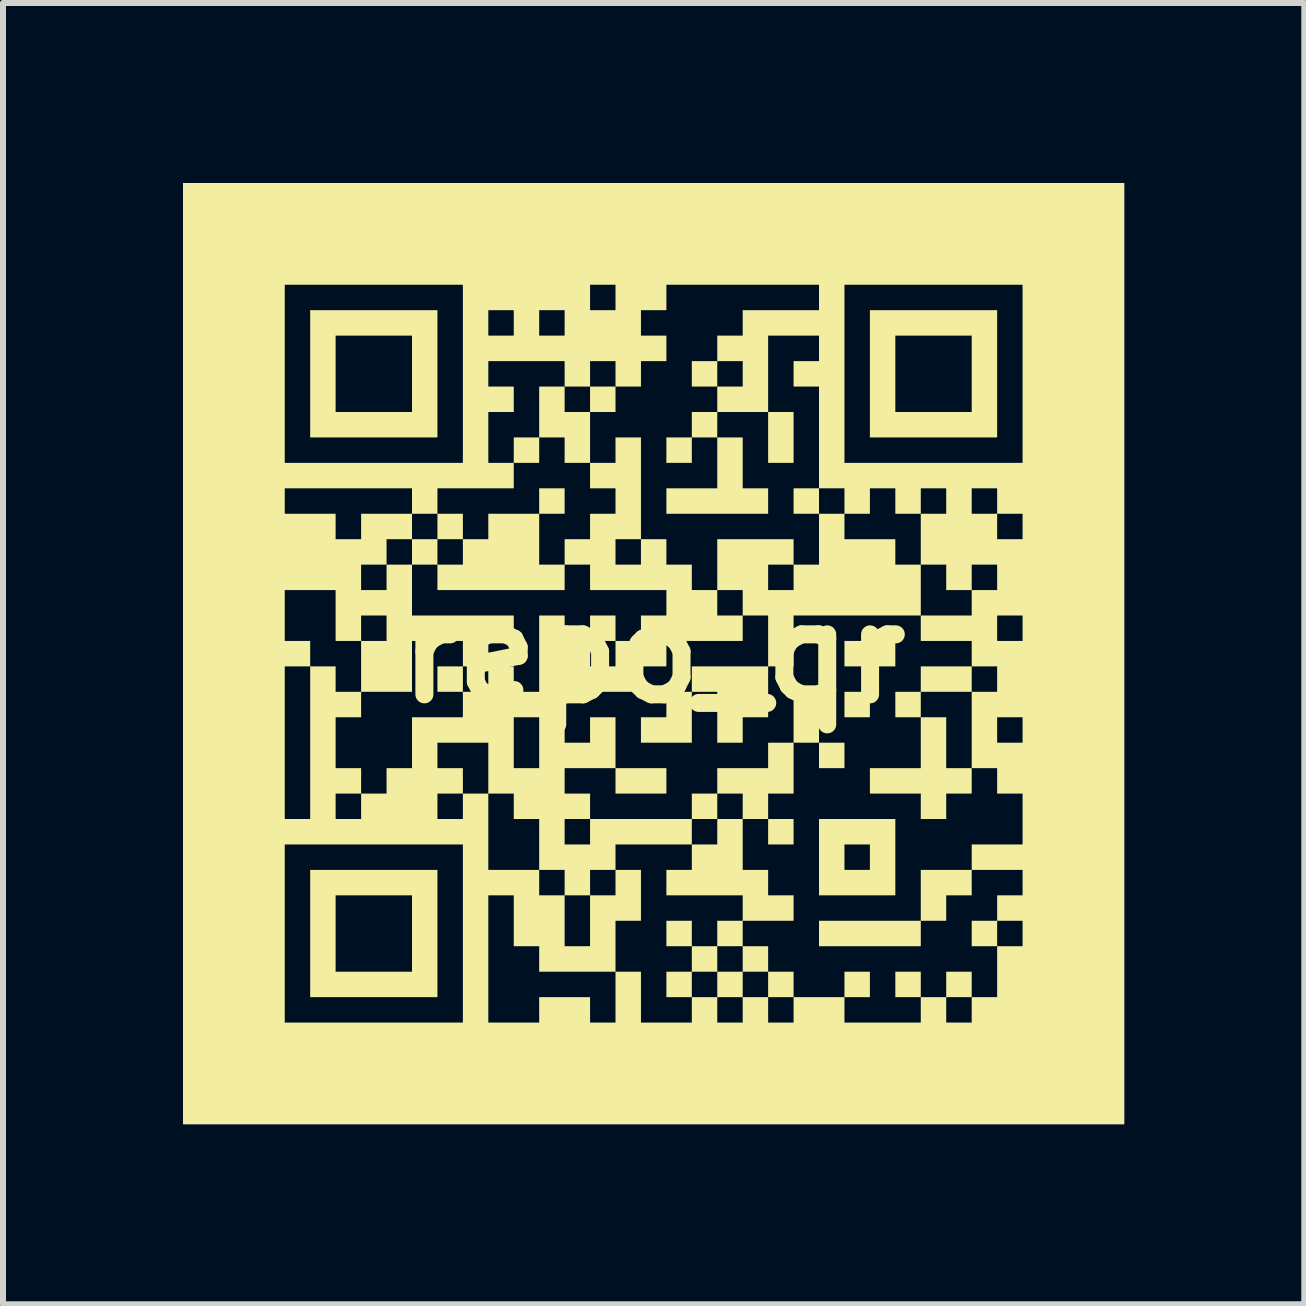
<source format=kicad_pcb>
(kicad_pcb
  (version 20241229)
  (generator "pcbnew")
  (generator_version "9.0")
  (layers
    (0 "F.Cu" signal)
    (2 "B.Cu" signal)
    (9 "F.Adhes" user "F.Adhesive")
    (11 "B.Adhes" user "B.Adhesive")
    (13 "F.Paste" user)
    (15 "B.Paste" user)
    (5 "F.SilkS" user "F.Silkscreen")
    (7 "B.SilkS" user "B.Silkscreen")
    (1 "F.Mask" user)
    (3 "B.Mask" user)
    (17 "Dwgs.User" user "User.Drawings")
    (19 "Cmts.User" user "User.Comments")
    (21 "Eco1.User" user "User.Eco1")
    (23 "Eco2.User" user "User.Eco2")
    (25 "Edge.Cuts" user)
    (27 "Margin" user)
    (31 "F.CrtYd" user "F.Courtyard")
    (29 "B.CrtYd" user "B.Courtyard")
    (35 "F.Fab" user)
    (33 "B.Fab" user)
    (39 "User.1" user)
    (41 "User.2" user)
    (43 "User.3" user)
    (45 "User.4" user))
  (footprint "repo_qr"
    (layer "F.Cu")
    (at 7.845 7.845)
    (property "Reference" "repo_qr" (at 0 0 0) (layer "F.SilkS") (effects (font (size 1.5 1.5) (thickness 0.3))))
    (attr board_only exclude_from_pos_files exclude_from_bom)
    (fp_poly (pts (xy -3.18 0.424) (xy -3.18 0.636) (xy -3.392 0.636) (xy -3.604 0.636) (xy -3.604 0.424) (xy -3.604 0.212) (xy -3.392 0.212) (xy -3.18 0.212)) (stroke (width 0) (type solid)) (fill yes) (layer "F.SilkS"))
    (fp_poly (pts (xy -0.636 -0.424) (xy -0.636 -0.212) (xy -0.848 -0.212) (xy -1.06 -0.212) (xy -1.06 -0.424) (xy -1.06 -0.636) (xy -0.848 -0.636) (xy -0.636 -0.636)) (stroke (width 0) (type solid)) (fill yes) (layer "F.SilkS"))
    (fp_poly (pts (xy 0.212 2.12) (xy 0.212 2.332) (xy -0.212 2.332) (xy -0.636 2.332) (xy -0.636 2.12) (xy -0.636 1.908) (xy -0.212 1.908) (xy 0.212 1.908)) (stroke (width 0) (type solid)) (fill yes) (layer "F.SilkS"))
    (fp_poly (pts (xy 1.06 -4.664) (xy 1.06 -4.452) (xy 0.848 -4.452) (xy 0.636 -4.452) (xy 0.636 -4.664) (xy 0.636 -4.876) (xy 0.848 -4.876) (xy 1.06 -4.876)) (stroke (width 0) (type solid)) (fill yes) (layer "F.SilkS"))
    (fp_poly (pts (xy 2.332 -3.604) (xy 2.332 -3.18) (xy 2.12 -3.18) (xy 1.908 -3.18) (xy 1.908 -3.604) (xy 1.908 -4.028) (xy 2.12 -4.028) (xy 2.332 -4.028)) (stroke (width 0) (type solid)) (fill yes) (layer "F.SilkS"))
    (fp_poly (pts (xy 2.332 2.968) (xy 2.332 3.18) (xy 2.12 3.18) (xy 1.908 3.18) (xy 1.908 2.968) (xy 1.908 2.756) (xy 2.12 2.756) (xy 2.332 2.756)) (stroke (width 0) (type solid)) (fill yes) (layer "F.SilkS"))
    (fp_poly (pts (xy 2.332 5.513) (xy 2.332 5.725) (xy 2.12 5.725) (xy 1.908 5.725) (xy 1.908 5.513) (xy 1.908 5.301) (xy 2.12 5.301) (xy 2.332 5.301)) (stroke (width 0) (type solid)) (fill yes) (layer "F.SilkS"))
    (fp_poly (pts (xy 2.756 -2.544) (xy 2.756 -2.332) (xy 2.544 -2.332) (xy 2.332 -2.332) (xy 2.332 -2.544) (xy 2.332 -2.756) (xy 2.544 -2.756) (xy 2.756 -2.756)) (stroke (width 0) (type solid)) (fill yes) (layer "F.SilkS"))
    (fp_poly (pts (xy 3.18 1.696) (xy 3.18 1.908) (xy 2.968 1.908) (xy 2.756 1.908) (xy 2.756 1.696) (xy 2.756 1.484) (xy 2.968 1.484) (xy 3.18 1.484)) (stroke (width 0) (type solid)) (fill yes) (layer "F.SilkS"))
    (fp_poly (pts (xy 3.604 0.848) (xy 3.604 1.06) (xy 3.392 1.06) (xy 3.18 1.06) (xy 3.18 0.848) (xy 3.18 0.636) (xy 3.392 0.636) (xy 3.604 0.636)) (stroke (width 0) (type solid)) (fill yes) (layer "F.SilkS"))
    (fp_poly (pts (xy 3.604 5.513) (xy 3.604 5.725) (xy 3.392 5.725) (xy 3.18 5.725) (xy 3.18 5.513) (xy 3.18 5.301) (xy 3.392 5.301) (xy 3.604 5.301)) (stroke (width 0) (type solid)) (fill yes) (layer "F.SilkS"))
    (fp_poly (pts (xy 4.028 0) (xy 4.028 0.212) (xy 3.604 0.212) (xy 3.18 0.212) (xy 3.18 0) (xy 3.18 -0.212) (xy 3.604 -0.212) (xy 4.028 -0.212)) (stroke (width 0) (type solid)) (fill yes) (layer "F.SilkS"))
    (fp_poly (pts (xy 4.452 5.513) (xy 4.452 5.725) (xy 4.24 5.725) (xy 4.028 5.725) (xy 4.028 5.513) (xy 4.028 5.301) (xy 4.24 5.301) (xy 4.452 5.301)) (stroke (width 0) (type solid)) (fill yes) (layer "F.SilkS"))
    (fp_poly (pts (xy 5.301 5.513) (xy 5.301 5.725) (xy 5.088 5.725) (xy 4.876 5.725) (xy 4.876 5.513) (xy 4.876 5.301) (xy 5.088 5.301) (xy 5.301 5.301)) (stroke (width 0) (type solid)) (fill yes) (layer "F.SilkS"))
    (fp_poly (pts (xy 5.725 4.664) (xy 5.725 4.876) (xy 5.513 4.876) (xy 5.301 4.876) (xy 5.301 4.664) (xy 5.301 4.452) (xy 5.513 4.452) (xy 5.725 4.452)) (stroke (width 0) (type solid)) (fill yes) (layer "F.SilkS"))
    (fp_poly (pts (xy 1.06 -3.816) (xy 1.06 -3.604) (xy 0.848 -3.604) (xy 0.636 -3.604) (xy 0.636 -3.392) (xy 0.636 -3.18) (xy 0.424 -3.18) (xy 0.212 -3.18) (xy 0.212 -3.392) (xy 0.212 -3.604) (xy 0.424 -3.604) (xy 0.636 -3.604) (xy 0.636 -3.816) (xy 0.636 -4.028) (xy 0.848 -4.028) (xy 1.06 -4.028)) (stroke (width 0) (type solid)) (fill yes) (layer "F.SilkS"))
    (fp_poly (pts (xy 1.484 -3.18) (xy 1.484 -2.756) (xy 1.696 -2.756) (xy 1.908 -2.756) (xy 1.908 -2.544) (xy 1.908 -2.332) (xy 1.06 -2.332) (xy 0.212 -2.332) (xy 0.212 -2.544) (xy 0.212 -2.756) (xy 0.636 -2.756) (xy 1.06 -2.756) (xy 1.06 -3.18) (xy 1.06 -3.604) (xy 1.272 -3.604) (xy 1.484 -3.604)) (stroke (width 0) (type solid)) (fill yes) (layer "F.SilkS"))
    (fp_poly (pts (xy 5.301 0.424) (xy 5.301 0.636) (xy 4.876 0.636) (xy 4.452 0.636) (xy 4.452 0.848) (xy 4.452 1.06) (xy 4.24 1.06) (xy 4.028 1.06) (xy 4.028 0.848) (xy 4.028 0.636) (xy 4.24 0.636) (xy 4.452 0.636) (xy 4.452 0.424) (xy 4.452 0.212) (xy 4.876 0.212) (xy 5.301 0.212)) (stroke (width 0) (type solid)) (fill yes) (layer "F.SilkS"))
    (fp_poly (pts (xy -3.604 -4.664) (xy -3.604 -3.604) (xy -4.664 -3.604) (xy -5.725 -3.604) (xy -5.725 -4.664) (xy -5.301 -4.664) (xy -5.301 -4.028) (xy -4.664 -4.028) (xy -4.028 -4.028) (xy -4.028 -4.664) (xy -4.028 -5.301) (xy -4.664 -5.301) (xy -5.301 -5.301) (xy -5.301 -4.664) (xy -5.725 -4.664) (xy -5.725 -5.725) (xy -4.664 -5.725) (xy -3.604 -5.725)) (stroke (width 0) (type solid)) (fill yes) (layer "F.SilkS"))
    (fp_poly (pts (xy -3.604 4.664) (xy -3.604 5.725) (xy -4.664 5.725) (xy -5.725 5.725) (xy -5.725 4.664) (xy -5.301 4.664) (xy -5.301 5.301) (xy -4.664 5.301) (xy -4.028 5.301) (xy -4.028 4.664) (xy -4.028 4.028) (xy -4.664 4.028) (xy -5.301 4.028) (xy -5.301 4.664) (xy -5.725 4.664) (xy -5.725 3.604) (xy -4.664 3.604) (xy -3.604 3.604)) (stroke (width 0) (type solid)) (fill yes) (layer "F.SilkS"))
    (fp_poly (pts (xy 4.028 3.392) (xy 4.028 4.028) (xy 3.392 4.028) (xy 2.756 4.028) (xy 2.756 3.392) (xy 3.18 3.392) (xy 3.18 3.604) (xy 3.392 3.604) (xy 3.604 3.604) (xy 3.604 3.392) (xy 3.604 3.18) (xy 3.392 3.18) (xy 3.18 3.18) (xy 3.18 3.392) (xy 2.756 3.392) (xy 2.756 2.756) (xy 3.392 2.756) (xy 4.028 2.756)) (stroke (width 0) (type solid)) (fill yes) (layer "F.SilkS"))
    (fp_poly (pts (xy 5.725 -4.664) (xy 5.725 -3.604) (xy 4.664 -3.604) (xy 3.604 -3.604) (xy 3.604 -4.664) (xy 4.028 -4.664) (xy 4.028 -4.028) (xy 4.664 -4.028) (xy 5.301 -4.028) (xy 5.301 -4.664) (xy 5.301 -5.301) (xy 4.664 -5.301) (xy 4.028 -5.301) (xy 4.028 -4.664) (xy 3.604 -4.664) (xy 3.604 -5.725) (xy 4.664 -5.725) (xy 5.725 -5.725)) (stroke (width 0) (type solid)) (fill yes) (layer "F.SilkS"))
    (fp_poly (pts (xy 5.301 3.816) (xy 5.301 4.028) (xy 5.088 4.028) (xy 4.876 4.028) (xy 4.876 4.24) (xy 4.876 4.452) (xy 4.664 4.452) (xy 4.452 4.452) (xy 4.452 4.664) (xy 4.452 4.876) (xy 3.604 4.876) (xy 2.756 4.876) (xy 2.756 4.664) (xy 2.756 4.452) (xy 3.604 4.452) (xy 4.452 4.452) (xy 4.452 4.028) (xy 4.452 3.604) (xy 4.876 3.604) (xy 5.301 3.604)) (stroke (width 0) (type solid)) (fill yes) (layer "F.SilkS"))
    (fp_poly (pts (xy 4.876 1.484) (xy 4.876 1.908) (xy 5.088 1.908) (xy 5.301 1.908) (xy 5.301 2.12) (xy 5.301 2.332) (xy 5.088 2.332) (xy 4.876 2.332) (xy 4.876 2.544) (xy 4.876 2.756) (xy 4.664 2.756) (xy 4.452 2.756) (xy 4.452 2.544) (xy 4.452 2.332) (xy 4.028 2.332) (xy 3.604 2.332) (xy 3.604 2.12) (xy 3.604 1.908) (xy 4.028 1.908) (xy 4.452 1.908) (xy 4.452 1.484) (xy 4.452 1.06) (xy 4.664 1.06) (xy 4.876 1.06)) (stroke (width 0) (type solid)) (fill yes) (layer "F.SilkS"))
    (fp_poly (pts (xy -1.484 -4.24) (xy -1.484 -4.028) (xy -1.272 -4.028) (xy -1.06 -4.028) (xy -1.06 -4.24) (xy -1.06 -4.452) (xy -0.848 -4.452) (xy -0.636 -4.452) (xy -0.636 -4.24) (xy -0.636 -4.028) (xy -0.848 -4.028) (xy -1.06 -4.028) (xy -1.06 -3.604) (xy -1.06 -3.18) (xy -1.272 -3.18) (xy -1.484 -3.18) (xy -1.484 -3.392) (xy -1.484 -3.604) (xy -1.696 -3.604) (xy -1.908 -3.604) (xy -1.908 -3.392) (xy -1.908 -3.18) (xy -2.12 -3.18) (xy -2.332 -3.18) (xy -2.332 -3.392) (xy -2.332 -3.604) (xy -2.12 -3.604) (xy -1.908 -3.604) (xy -1.908 -4.028) (xy -1.908 -4.452) (xy -1.696 -4.452) (xy -1.484 -4.452)) (stroke (width 0) (type solid)) (fill yes) (layer "F.SilkS"))
    (fp_poly (pts (xy -1.484 -2.544) (xy -1.484 -2.332) (xy -1.696 -2.332) (xy -1.908 -2.332) (xy -1.908 -1.908) (xy -1.908 -1.484) (xy -1.696 -1.484) (xy -1.484 -1.484) (xy -1.484 -1.272) (xy -1.484 -1.06) (xy -2.544 -1.06) (xy -3.604 -1.06) (xy -3.604 -1.272) (xy -3.604 -1.484) (xy -3.816 -1.484) (xy -4.028 -1.484) (xy -4.028 -1.696) (xy -3.604 -1.696) (xy -3.604 -1.484) (xy -3.392 -1.484) (xy -3.18 -1.484) (xy -3.18 -1.696) (xy -3.18 -1.908) (xy -3.392 -1.908) (xy -3.604 -1.908) (xy -3.604 -1.696) (xy -4.028 -1.696) (xy -4.028 -1.908) (xy -3.816 -1.908) (xy -3.604 -1.908) (xy -3.604 -2.12) (xy -3.604 -2.332) (xy -3.392 -2.332) (xy -3.18 -2.332) (xy -3.18 -2.12) (xy -3.18 -1.908) (xy -2.968 -1.908) (xy -2.756 -1.908) (xy -2.756 -2.12) (xy -2.756 -2.332) (xy -2.332 -2.332) (xy -1.908 -2.332) (xy -1.908 -2.544) (xy -1.908 -2.756) (xy -1.696 -2.756) (xy -1.484 -2.756)) (stroke (width 0) (type solid)) (fill yes) (layer "F.SilkS"))
    (fp_poly (pts (xy 3.18 -2.12) (xy 3.18 -1.908) (xy 3.604 -1.908) (xy 4.028 -1.908) (xy 4.028 -1.696) (xy 4.028 -1.484) (xy 4.24 -1.484) (xy 4.452 -1.484) (xy 4.452 -1.06) (xy 4.452 -0.636) (xy 3.392 -0.636) (xy 2.332 -0.636) (xy 2.332 -0.212) (xy 2.332 0.212) (xy 2.12 0.212) (xy 1.908 0.212) (xy 1.908 0.636) (xy 1.908 1.06) (xy 1.696 1.06) (xy 1.484 1.06) (xy 1.484 1.272) (xy 1.484 1.484) (xy 1.272 1.484) (xy 1.06 1.484) (xy 1.06 1.06) (xy 1.06 0.636) (xy 0.848 0.636) (xy 0.636 0.636) (xy 0.636 1.06) (xy 0.636 1.484) (xy 0.212 1.484) (xy -0.212 1.484) (xy -0.212 1.272) (xy -0.212 1.06) (xy 0 1.06) (xy 0.212 1.06) (xy 0.212 0.848) (xy 0.212 0.636) (xy 0.424 0.636) (xy 0.636 0.636) (xy 0.636 0.424) (xy 0.636 0.212) (xy 1.272 0.212) (xy 1.908 0.212) (xy 1.908 -0.212) (xy 1.908 -0.636) (xy 1.696 -0.636) (xy 1.484 -0.636) (xy 1.484 -0.848) (xy 1.484 -1.06) (xy 1.272 -1.06) (xy 1.06 -1.06) (xy 1.06 -1.272) (xy 1.908 -1.272) (xy 1.908 -1.06) (xy 2.12 -1.06) (xy 2.332 -1.06) (xy 2.332 -1.272) (xy 2.332 -1.484) (xy 2.12 -1.484) (xy 1.908 -1.484) (xy 1.908 -1.272) (xy 1.06 -1.272) (xy 1.06 -1.484) (xy 1.06 -1.908) (xy 1.696 -1.908) (xy 2.332 -1.908) (xy 2.332 -1.696) (xy 2.332 -1.484) (xy 2.544 -1.484) (xy 2.756 -1.484) (xy 2.756 -1.908) (xy 2.756 -2.332) (xy 2.968 -2.332) (xy 3.18 -2.332)) (stroke (width 0) (type solid)) (fill yes) (layer "F.SilkS"))
    (fp_poly (pts (xy 2.756 1.06) (xy 2.756 1.484) (xy 2.544 1.484) (xy 2.332 1.484) (xy 2.332 1.908) (xy 2.332 2.332) (xy 2.12 2.332) (xy 1.908 2.332) (xy 1.908 2.544) (xy 1.908 2.756) (xy 1.696 2.756) (xy 1.484 2.756) (xy 1.484 3.18) (xy 1.484 3.604) (xy 1.696 3.604) (xy 1.908 3.604) (xy 1.908 3.816) (xy 1.908 4.028) (xy 2.12 4.028) (xy 2.332 4.028) (xy 2.332 4.24) (xy 2.332 4.452) (xy 1.908 4.452) (xy 1.484 4.452) (xy 1.484 4.664) (xy 1.484 4.876) (xy 1.272 4.876) (xy 1.06 4.876) (xy 1.06 5.088) (xy 1.06 5.301) (xy 1.272 5.301) (xy 1.484 5.301) (xy 1.484 5.088) (xy 1.484 4.876) (xy 1.696 4.876) (xy 1.908 4.876) (xy 1.908 5.088) (xy 1.908 5.301) (xy 1.696 5.301) (xy 1.484 5.301) (xy 1.484 5.513) (xy 1.484 5.725) (xy 1.272 5.725) (xy 1.06 5.725) (xy 1.06 5.513) (xy 1.06 5.301) (xy 0.848 5.301) (xy 0.636 5.301) (xy 0.636 5.513) (xy 0.636 5.725) (xy 0.424 5.725) (xy 0.212 5.725) (xy 0.212 5.513) (xy 0.212 5.301) (xy 0.424 5.301) (xy 0.636 5.301) (xy 0.636 5.088) (xy 0.636 4.876) (xy 0.424 4.876) (xy 0.212 4.876) (xy 0.212 4.664) (xy 0.212 4.452) (xy 0.424 4.452) (xy 0.636 4.452) (xy 0.636 4.664) (xy 0.636 4.876) (xy 0.848 4.876) (xy 1.06 4.876) (xy 1.06 4.664) (xy 1.06 4.452) (xy 1.272 4.452) (xy 1.484 4.452) (xy 1.484 4.24) (xy 1.484 4.028) (xy 0.848 4.028) (xy 0.212 4.028) (xy 0.212 3.816) (xy 0.212 3.604) (xy 0.424 3.604) (xy 0.636 3.604) (xy 0.636 3.392) (xy 0.636 3.18) (xy 0.848 3.18) (xy 1.06 3.18) (xy 1.06 2.968) (xy 1.06 2.756) (xy 0.848 2.756) (xy 0.636 2.756) (xy 0.636 2.544) (xy 1.06 2.544) (xy 1.06 2.756) (xy 1.272 2.756) (xy 1.484 2.756) (xy 1.484 2.544) (xy 1.484 2.332) (xy 1.272 2.332) (xy 1.06 2.332) (xy 1.06 2.544) (xy 0.636 2.544) (xy 0.636 2.332) (xy 0.848 2.332) (xy 1.06 2.332) (xy 1.06 2.12) (xy 1.06 1.908) (xy 1.484 1.908) (xy 1.908 1.908) (xy 1.908 1.696) (xy 1.908 1.484) (xy 2.12 1.484) (xy 2.332 1.484) (xy 2.332 1.06) (xy 2.332 0.636) (xy 2.544 0.636) (xy 2.756 0.636)) (stroke (width 0) (type solid)) (fill yes) (layer "F.SilkS"))
    (fp_poly (pts (xy 7.845 0) (xy 7.845 7.845) (xy 0 7.845) (xy -7.845 7.845) (xy -7.845 4.664) (xy -6.149 4.664) (xy -6.149 6.149) (xy -4.664 6.149) (xy -3.18 6.149) (xy -3.18 4.664) (xy -3.18 3.18) (xy -4.664 3.18) (xy -6.149 3.18) (xy -6.149 4.664) (xy -7.845 4.664) (xy -7.845 2.968) (xy -2.756 2.968) (xy -2.756 3.604) (xy -2.332 3.604) (xy -1.908 3.604) (xy -1.908 3.18) (xy -1.908 2.756) (xy -2.12 2.756) (xy -2.332 2.756) (xy -2.332 2.544) (xy -2.332 2.332) (xy -2.544 2.332) (xy -2.756 2.332) (xy -2.756 2.968) (xy -7.845 2.968) (xy -7.845 0) (xy -7.845 -2.756) (xy -6.149 -2.756) (xy -6.149 -2.544) (xy -6.149 -2.332) (xy -5.725 -2.332) (xy -5.301 -2.332) (xy -5.301 -2.12) (xy -5.301 -1.908) (xy -5.088 -1.908) (xy -4.876 -1.908) (xy -4.876 -2.12) (xy -4.876 -2.332) (xy -4.452 -2.332) (xy -4.028 -2.332) (xy -4.028 -2.12) (xy -4.028 -1.908) (xy -4.24 -1.908) (xy -4.452 -1.908) (xy -4.452 -1.696) (xy -4.452 -1.484) (xy -4.664 -1.484) (xy -4.876 -1.484) (xy -4.876 -1.272) (xy -4.876 -1.06) (xy -4.664 -1.06) (xy -4.452 -1.06) (xy -4.452 -1.272) (xy -4.452 -1.484) (xy -4.24 -1.484) (xy -4.028 -1.484) (xy -4.028 -1.06) (xy -4.028 -0.636) (xy -3.18 -0.636) (xy -2.332 -0.636) (xy -2.332 -0.424) (xy -2.332 -0.212) (xy -2.544 -0.212) (xy -2.756 -0.212) (xy -2.756 0) (xy -2.756 0.212) (xy -2.968 0.212) (xy -3.18 0.212) (xy -3.18 0) (xy -3.18 -0.212) (xy -3.604 -0.212) (xy -4.028 -0.212) (xy -4.028 0.212) (xy -4.028 0.636) (xy -4.452 0.636) (xy -4.876 0.636) (xy -4.876 0.212) (xy -4.876 -0.212) (xy -4.664 -0.212) (xy -4.452 -0.212) (xy -4.452 -0.424) (xy -4.452 -0.636) (xy -4.664 -0.636) (xy -4.876 -0.636) (xy -4.876 -0.424) (xy -4.876 -0.212) (xy -5.088 -0.212) (xy -5.301 -0.212) (xy -5.301 -0.636) (xy -5.301 -1.06) (xy -5.725 -1.06) (xy -6.149 -1.06) (xy -6.149 -0.636) (xy -6.149 -0.212) (xy -5.937 -0.212) (xy -5.725 -0.212) (xy -5.725 0) (xy -5.725 0.212) (xy -5.937 0.212) (xy -6.149 0.212) (xy -6.149 1.484) (xy -6.149 2.756) (xy -5.937 2.756) (xy -5.725 2.756) (xy -5.725 1.484) (xy -5.725 0.212) (xy -5.513 0.212) (xy -5.301 0.212) (xy -5.301 0.424) (xy -5.301 0.636) (xy -5.088 0.636) (xy -4.876 0.636) (xy -4.876 0.848) (xy -4.876 1.06) (xy -5.088 1.06) (xy -5.301 1.06) (xy -5.301 1.484) (xy -5.301 1.908) (xy -5.088 1.908) (xy -4.876 1.908) (xy -4.876 2.12) (xy -4.876 2.332) (xy -5.088 2.332) (xy -5.301 2.332) (xy -5.301 2.544) (xy -5.301 2.756) (xy -5.088 2.756) (xy -4.876 2.756) (xy -4.876 2.544) (xy -4.876 2.332) (xy -4.664 2.332) (xy -4.452 2.332) (xy -4.452 2.12) (xy -4.452 1.908) (xy -4.24 1.908) (xy -4.028 1.908) (xy -4.028 1.696) (xy -3.604 1.696) (xy -3.604 1.908) (xy -3.392 1.908) (xy -3.18 1.908) (xy -3.18 2.12) (xy -3.18 2.332) (xy -3.392 2.332) (xy -3.604 2.332) (xy -3.604 2.544) (xy -3.604 2.756) (xy -3.392 2.756) (xy -3.18 2.756) (xy -3.18 2.544) (xy -3.18 2.332) (xy -2.968 2.332) (xy -2.756 2.332) (xy -2.756 1.908) (xy -2.756 1.484) (xy -2.332 1.484) (xy -2.332 1.908) (xy -2.12 1.908) (xy -1.908 1.908) (xy -1.908 1.484) (xy -1.908 1.06) (xy -2.12 1.06) (xy -2.332 1.06) (xy -2.332 1.484) (xy -2.756 1.484) (xy -3.18 1.484) (xy -3.604 1.484) (xy -3.604 1.696) (xy -4.028 1.696) (xy -4.028 1.484) (xy -4.028 1.06) (xy -3.604 1.06) (xy -3.18 1.06) (xy -3.18 0.848) (xy -3.18 0.636) (xy -2.968 0.636) (xy -2.756 0.636) (xy -2.756 0.424) (xy -2.756 0.212) (xy -2.544 0.212) (xy -2.332 0.212) (xy -2.332 0.424) (xy -2.332 0.636) (xy -2.12 0.636) (xy -1.908 0.636) (xy -1.908 0) (xy -1.908 -0.636) (xy -1.696 -0.636) (xy -1.484 -0.636) (xy -1.484 -0.424) (xy -1.484 -0.212) (xy -1.272 -0.212) (xy -1.06 -0.212) (xy -1.06 0) (xy -1.06 0.212) (xy -0.848 0.212) (xy -0.636 0.212) (xy -0.636 0) (xy -0.636 -0.212) (xy -0.424 -0.212) (xy -0.212 -0.212) (xy -0.212 -0.424) (xy -0.212 -0.636) (xy 0 -0.636) (xy 0.212 -0.636) (xy 0.212 -0.848) (xy 0.212 -1.06) (xy -0.424 -1.06) (xy -1.06 -1.06) (xy -1.06 -1.272) (xy -1.06 -1.484) (xy -1.272 -1.484) (xy -1.484 -1.484) (xy -1.484 -1.696) (xy -1.484 -1.908) (xy -1.272 -1.908) (xy -1.06 -1.908) (xy -1.06 -2.12) (xy -1.06 -2.332) (xy -0.848 -2.332) (xy -0.636 -2.332) (xy -0.636 -2.544) (xy -0.636 -2.756) (xy -0.848 -2.756) (xy -1.06 -2.756) (xy -1.06 -2.968) (xy -1.06 -3.18) (xy -0.848 -3.18) (xy -0.636 -3.18) (xy -0.636 -3.392) (xy -0.636 -3.604) (xy -0.424 -3.604) (xy -0.212 -3.604) (xy -0.212 -2.756) (xy -0.212 -1.908) (xy -0.424 -1.908) (xy -0.636 -1.908) (xy -0.636 -1.696) (xy -0.636 -1.484) (xy -0.424 -1.484) (xy -0.212 -1.484) (xy -0.212 -1.696) (xy -0.212 -1.908) (xy 0 -1.908) (xy 0.212 -1.908) (xy 0.212 -1.696) (xy 0.212 -1.484) (xy 0.424 -1.484) (xy 0.636 -1.484) (xy 0.636 -1.272) (xy 0.636 -1.06) (xy 0.848 -1.06) (xy 1.06 -1.06) (xy 1.06 -0.848) (xy 1.06 -0.636) (xy 1.272 -0.636) (xy 1.484 -0.636) (xy 1.484 -0.424) (xy 1.484 -0.212) (xy 0.848 -0.212) (xy 0.212 -0.212) (xy 0.212 0) (xy 0.212 0.212) (xy 0 0.212) (xy -0.212 0.212) (xy -0.212 0.424) (xy -0.212 0.636) (xy -0.848 0.636) (xy -1.484 0.636) (xy -1.484 1.06) (xy -1.484 1.484) (xy -1.272 1.484) (xy -1.06 1.484) (xy -1.06 1.272) (xy -1.06 1.06) (xy -0.848 1.06) (xy -0.636 1.06) (xy -0.636 1.484) (xy -0.636 1.908) (xy -1.06 1.908) (xy -1.484 1.908) (xy -1.484 2.12) (xy -1.484 2.332) (xy -1.272 2.332) (xy -1.06 2.332) (xy -1.06 2.544) (xy -1.06 2.756) (xy -1.272 2.756) (xy -1.484 2.756) (xy -1.484 2.968) (xy -1.484 3.18) (xy -1.272 3.18) (xy -1.06 3.18) (xy -1.06 2.968) (xy -1.06 2.756) (xy -0.212 2.756) (xy 0.636 2.756) (xy 0.636 2.968) (xy 0.636 3.18) (xy 0 3.18) (xy -0.636 3.18) (xy -0.636 3.392) (xy -0.636 3.604) (xy -0.848 3.604) (xy -1.06 3.604) (xy -1.06 3.816) (xy -1.06 4.028) (xy -1.272 4.028) (xy -1.484 4.028) (xy -1.484 3.816) (xy -1.484 3.604) (xy -1.696 3.604) (xy -1.908 3.604) (xy -1.908 3.816) (xy -1.908 4.028) (xy -1.696 4.028) (xy -1.484 4.028) (xy -1.484 4.452) (xy -1.484 4.876) (xy -1.272 4.876) (xy -1.06 4.876) (xy -1.06 4.452) (xy -1.06 4.028) (xy -0.848 4.028) (xy -0.636 4.028) (xy -0.636 3.816) (xy -0.636 3.604) (xy -0.424 3.604) (xy -0.212 3.604) (xy -0.212 4.028) (xy -0.212 4.452) (xy -0.424 4.452) (xy -0.636 4.452) (xy -0.636 4.876) (xy -0.636 5.301) (xy -1.272 5.301) (xy -1.908 5.301) (xy -1.908 5.088) (xy -1.908 4.876) (xy -2.12 4.876) (xy -2.332 4.876) (xy -2.332 4.452) (xy -2.332 4.028) (xy -2.544 4.028) (xy -2.756 4.028) (xy -2.756 5.088) (xy -2.756 6.149) (xy -2.332 6.149) (xy -1.908 6.149) (xy -1.908 5.937) (xy -1.908 5.725) (xy -1.484 5.725) (xy -1.06 5.725) (xy -1.06 5.937) (xy -1.06 6.149) (xy -0.848 6.149) (xy -0.636 6.149) (xy -0.636 5.725) (xy -0.636 5.301) (xy -0.424 5.301) (xy -0.212 5.301) (xy -0.212 5.725) (xy -0.212 6.149) (xy 0.212 6.149) (xy 0.636 6.149) (xy 0.636 5.937) (xy 0.636 5.725) (xy 0.848 5.725) (xy 1.06 5.725) (xy 1.06 5.937) (xy 1.06 6.149) (xy 1.272 6.149) (xy 1.484 6.149) (xy 1.484 5.937) (xy 1.484 5.725) (xy 1.696 5.725) (xy 1.908 5.725) (xy 1.908 5.937) (xy 1.908 6.149) (xy 2.12 6.149) (xy 2.332 6.149) (xy 2.332 5.937) (xy 2.332 5.725) (xy 2.756 5.725) (xy 3.18 5.725) (xy 3.18 5.937) (xy 3.18 6.149) (xy 3.816 6.149) (xy 4.452 6.149) (xy 4.452 5.937) (xy 4.452 5.725) (xy 4.664 5.725) (xy 4.876 5.725) (xy 4.876 5.937) (xy 4.876 6.149) (xy 5.088 6.149) (xy 5.301 6.149) (xy 5.301 5.937) (xy 5.301 5.725) (xy 5.513 5.725) (xy 5.725 5.725) (xy 5.725 5.301) (xy 5.725 4.876) (xy 5.937 4.876) (xy 6.149 4.876) (xy 6.149 4.664) (xy 6.149 4.452) (xy 5.937 4.452) (xy 5.725 4.452) (xy 5.725 4.24) (xy 5.725 4.028) (xy 5.937 4.028) (xy 6.149 4.028) (xy 6.149 3.816) (xy 6.149 3.604) (xy 5.725 3.604) (xy 5.301 3.604) (xy 5.301 3.392) (xy 5.301 3.18) (xy 5.725 3.18) (xy 6.149 3.18) (xy 6.149 2.756) (xy 6.149 2.332) (xy 5.937 2.332) (xy 5.725 2.332) (xy 5.725 2.12) (xy 5.725 1.908) (xy 5.513 1.908) (xy 5.301 1.908) (xy 5.301 1.272) (xy 5.725 1.272) (xy 5.725 1.484) (xy 5.937 1.484) (xy 6.149 1.484) (xy 6.149 1.272) (xy 6.149 1.06) (xy 5.937 1.06) (xy 5.725 1.06) (xy 5.725 1.272) (xy 5.301 1.272) (xy 5.301 0.636) (xy 5.513 0.636) (xy 5.725 0.636) (xy 5.725 0.424) (xy 5.725 0.212) (xy 5.513 0.212) (xy 5.301 0.212) (xy 5.301 0) (xy 5.301 -0.212) (xy 4.876 -0.212) (xy 4.452 -0.212) (xy 4.452 -0.424) (xy 5.725 -0.424) (xy 5.725 -0.212) (xy 5.937 -0.212) (xy 6.149 -0.212) (xy 6.149 -0.424) (xy 6.149 -0.636) (xy 5.937 -0.636) (xy 5.725 -0.636) (xy 5.725 -0.424) (xy 4.452 -0.424) (xy 4.452 -0.636) (xy 4.876 -0.636) (xy 5.301 -0.636) (xy 5.301 -0.848) (xy 5.301 -1.06) (xy 5.513 -1.06) (xy 5.725 -1.06) (xy 5.725 -1.272) (xy 5.725 -1.484) (xy 5.513 -1.484) (xy 5.301 -1.484) (xy 5.301 -1.272) (xy 5.301 -1.06) (xy 5.088 -1.06) (xy 4.876 -1.06) (xy 4.876 -1.272) (xy 4.876 -1.484) (xy 4.664 -1.484) (xy 4.452 -1.484) (xy 4.452 -1.908) (xy 4.452 -2.12) (xy 5.725 -2.12) (xy 5.725 -1.908) (xy 5.937 -1.908) (xy 6.149 -1.908) (xy 6.149 -2.12) (xy 6.149 -2.332) (xy 5.937 -2.332) (xy 5.725 -2.332) (xy 5.725 -2.12) (xy 4.452 -2.12) (xy 4.452 -2.332) (xy 4.664 -2.332) (xy 4.876 -2.332) (xy 4.876 -2.544) (xy 5.301 -2.544) (xy 5.301 -2.332) (xy 5.513 -2.332) (xy 5.725 -2.332) (xy 5.725 -2.544) (xy 5.725 -2.756) (xy 5.513 -2.756) (xy 5.301 -2.756) (xy 5.301 -2.544) (xy 4.876 -2.544) (xy 4.876 -2.756) (xy 4.664 -2.756) (xy 4.452 -2.756) (xy 4.452 -2.544) (xy 4.452 -2.332) (xy 4.24 -2.332) (xy 4.028 -2.332) (xy 4.028 -2.544) (xy 4.028 -2.756) (xy 3.816 -2.756) (xy 3.604 -2.756) (xy 3.604 -2.544) (xy 3.604 -2.332) (xy 3.392 -2.332) (xy 3.18 -2.332) (xy 3.18 -2.544) (xy 3.18 -2.756) (xy 2.968 -2.756) (xy 2.756 -2.756) (xy 2.756 -3.604) (xy 2.756 -4.452) (xy 2.544 -4.452) (xy 2.332 -4.452) (xy 2.332 -4.664) (xy 3.18 -4.664) (xy 3.18 -3.18) (xy 4.664 -3.18) (xy 6.149 -3.18) (xy 6.149 -4.664) (xy 6.149 -6.149) (xy 4.664 -6.149) (xy 3.18 -6.149) (xy 3.18 -4.664) (xy 2.332 -4.664) (xy 2.332 -4.876) (xy 2.544 -4.876) (xy 2.756 -4.876) (xy 2.756 -5.088) (xy 2.756 -5.301) (xy 2.332 -5.301) (xy 1.908 -5.301) (xy 1.908 -4.664) (xy 1.908 -4.028) (xy 1.484 -4.028) (xy 1.06 -4.028) (xy 1.06 -4.24) (xy 1.06 -4.452) (xy 1.272 -4.452) (xy 1.484 -4.452) (xy 1.484 -4.664) (xy 1.484 -4.876) (xy 1.272 -4.876) (xy 1.06 -4.876) (xy 1.06 -5.088) (xy 1.06 -5.301) (xy 1.272 -5.301) (xy 1.484 -5.301) (xy 1.484 -5.513) (xy 1.484 -5.725) (xy 2.12 -5.725) (xy 2.756 -5.725) (xy 2.756 -5.937) (xy 2.756 -6.149) (xy 1.484 -6.149) (xy 0.212 -6.149) (xy 0.212 -5.937) (xy 0.212 -5.725) (xy 0 -5.725) (xy -0.212 -5.725) (xy -0.212 -5.513) (xy -0.212 -5.301) (xy 0 -5.301) (xy 0.212 -5.301) (xy 0.212 -5.088) (xy 0.212 -4.876) (xy 0 -4.876) (xy -0.212 -4.876) (xy -0.212 -4.664) (xy -0.212 -4.452) (xy -0.424 -4.452) (xy -0.636 -4.452) (xy -0.636 -4.664) (xy -0.636 -4.876) (xy -0.848 -4.876) (xy -1.06 -4.876) (xy -1.06 -4.664) (xy -1.06 -4.452) (xy -1.272 -4.452) (xy -1.484 -4.452) (xy -1.484 -4.664) (xy -1.484 -4.876) (xy -2.12 -4.876) (xy -2.756 -4.876) (xy -2.756 -4.664) (xy -2.756 -4.452) (xy -2.544 -4.452) (xy -2.332 -4.452) (xy -2.332 -4.24) (xy -2.332 -4.028) (xy -2.544 -4.028) (xy -2.756 -4.028) (xy -2.756 -3.604) (xy -2.756 -3.18) (xy -2.544 -3.18) (xy -2.332 -3.18) (xy -2.332 -2.968) (xy -2.332 -2.756) (xy -2.968 -2.756) (xy -3.604 -2.756) (xy -3.604 -2.544) (xy -3.604 -2.332) (xy -3.816 -2.332) (xy -4.028 -2.332) (xy -4.028 -2.544) (xy -4.028 -2.756) (xy -5.088 -2.756) (xy -6.149 -2.756) (xy -7.845 -2.756) (xy -7.845 -4.664) (xy -6.149 -4.664) (xy -6.149 -3.18) (xy -4.664 -3.18) (xy -3.18 -3.18) (xy -3.18 -4.664) (xy -3.18 -5.513) (xy -2.756 -5.513) (xy -2.756 -5.301) (xy -2.544 -5.301) (xy -2.332 -5.301) (xy -2.332 -5.513) (xy -1.908 -5.513) (xy -1.908 -5.301) (xy -1.696 -5.301) (xy -1.484 -5.301) (xy -1.484 -5.513) (xy -1.484 -5.725) (xy -1.696 -5.725) (xy -1.908 -5.725) (xy -1.908 -5.513) (xy -2.332 -5.513) (xy -2.332 -5.725) (xy -2.544 -5.725) (xy -2.756 -5.725) (xy -2.756 -5.513) (xy -3.18 -5.513) (xy -3.18 -5.937) (xy -1.06 -5.937) (xy -1.06 -5.725) (xy -0.848 -5.725) (xy -0.636 -5.725) (xy -0.636 -5.937) (xy -0.636 -6.149) (xy -0.848 -6.149) (xy -1.06 -6.149) (xy -1.06 -5.937) (xy -3.18 -5.937) (xy -3.18 -6.149) (xy -4.664 -6.149) (xy -6.149 -6.149) (xy -6.149 -4.664) (xy -7.845 -4.664) (xy -7.845 -7.845) (xy 0 -7.845) (xy 7.845 -7.845)) (stroke (width 0) (type solid)) (fill yes) (layer "F.SilkS")))
  (gr_rect
    (start -3 -3)
    (end 18.689 18.689)
    (stroke (width 0.1) (type default))
    (fill no)
    (layer "Edge.Cuts")))
</source>
